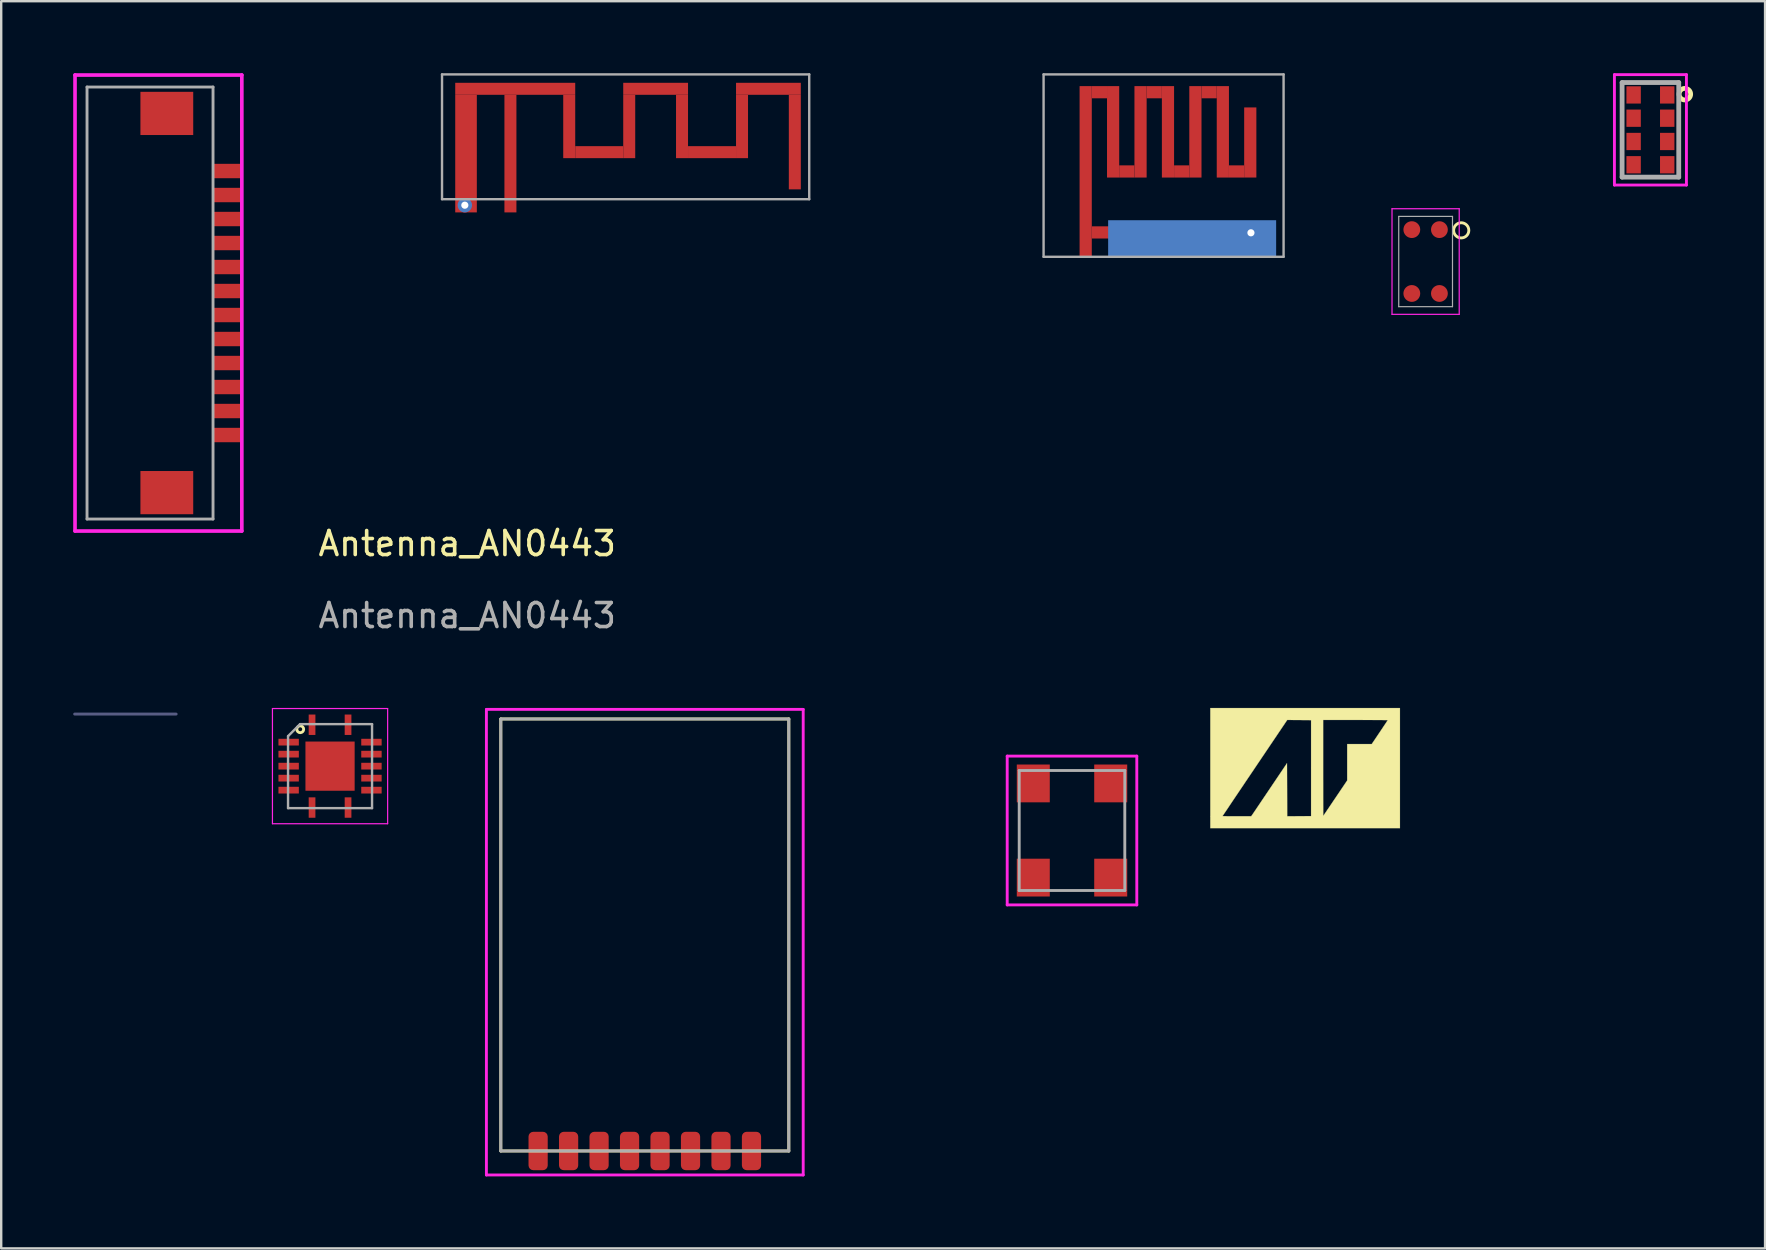
<source format=kicad_pcb>
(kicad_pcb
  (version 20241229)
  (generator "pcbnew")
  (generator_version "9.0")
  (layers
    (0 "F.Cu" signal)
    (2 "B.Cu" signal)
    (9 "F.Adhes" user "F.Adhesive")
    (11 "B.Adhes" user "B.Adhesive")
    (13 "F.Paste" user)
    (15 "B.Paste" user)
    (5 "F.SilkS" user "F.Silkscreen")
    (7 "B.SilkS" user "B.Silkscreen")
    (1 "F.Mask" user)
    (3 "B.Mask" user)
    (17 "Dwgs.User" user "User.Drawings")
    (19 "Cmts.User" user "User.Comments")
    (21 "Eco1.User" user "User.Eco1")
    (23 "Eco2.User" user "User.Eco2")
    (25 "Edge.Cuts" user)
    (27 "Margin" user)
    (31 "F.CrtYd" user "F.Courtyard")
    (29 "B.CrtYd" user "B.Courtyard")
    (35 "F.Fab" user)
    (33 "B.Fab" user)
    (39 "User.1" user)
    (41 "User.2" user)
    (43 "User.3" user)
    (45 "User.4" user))
  (footprint "BUCK_DRIVER_TPS51117RGYR"
    (layer "F.Cu")
    (at 10.702 28.873)
    (property "Reference" "BUCK_DRIVER_TPS51117RGYR" (at 0.051 -1.029 0) (layer "Eco2.User") (effects (font (size 0.3 0.3) (thickness 0.075))))
    (attr smd)
    (fp_circle (center -1.242 -1.537) (end -1.229 -1.679) (stroke (width 0.12) (type solid)) (fill no) (layer "F.SilkS"))
    (fp_line (start -2.4 -2.4) (end 2.4 -2.4) (stroke (width 0.05) (type solid)) (layer "F.CrtYd"))
    (fp_line (start -2.4 2.4) (end -2.4 -2.4) (stroke (width 0.05) (type solid)) (layer "F.CrtYd"))
    (fp_line (start 2.4 -2.4) (end 2.4 2.4) (stroke (width 0.05) (type solid)) (layer "F.CrtYd"))
    (fp_line (start 2.4 2.4) (end -2.4 2.4) (stroke (width 0.05) (type solid)) (layer "F.CrtYd"))
    (fp_line (start -1.75 1.75) (end -1.75 -1.25) (stroke (width 0.1) (type solid)) (layer "F.Fab"))
    (fp_line (start -1.25 -1.75) (end -1.75 -1.25) (stroke (width 0.1) (type solid)) (layer "F.Fab"))
    (fp_line (start -1.25 -1.75) (end 1.75 -1.75) (stroke (width 0.1) (type solid)) (layer "F.Fab"))
    (fp_line (start 1.75 -1.75) (end 1.75 1.75) (stroke (width 0.1) (type solid)) (layer "F.Fab"))
    (fp_line (start 1.75 1.75) (end -1.75 1.75) (stroke (width 0.1) (type solid)) (layer "F.Fab"))
    (pad "" smd rect (at -0.56 -0.56 270) (size 0.82 0.82) (layers "F.Paste"))
    (pad "" smd rect (at -0.56 0.56 270) (size 0.82 0.82) (layers "F.Paste"))
    (pad "" smd rect (at 0.56 -0.56 270) (size 0.82 0.82) (layers "F.Paste"))
    (pad "" smd rect (at 0.56 0.56 270) (size 0.82 0.82) (layers "F.Paste"))
    (pad "1" smd rect (at -0.75 -1.725 270) (size 0.85 0.28) (layers "F.Cu" "F.Mask" "F.Paste"))
    (pad "2" smd rect (at -1.725 -1 270) (size 0.28 0.85) (layers "F.Cu" "F.Mask" "F.Paste"))
    (pad "3" smd rect (at -1.725 -0.5 270) (size 0.28 0.85) (layers "F.Cu" "F.Mask" "F.Paste"))
    (pad "4" smd rect (at -1.725 0 270) (size 0.28 0.85) (layers "F.Cu" "F.Mask" "F.Paste"))
    (pad "5" smd rect (at -1.725 0.5 270) (size 0.28 0.85) (layers "F.Cu" "F.Mask" "F.Paste"))
    (pad "6" smd rect (at -1.725 1 270) (size 0.28 0.85) (layers "F.Cu" "F.Mask" "F.Paste"))
    (pad "7" smd rect (at -0.75 1.725 270) (size 0.85 0.28) (layers "F.Cu" "F.Mask" "F.Paste"))
    (pad "8" smd rect (at 0.75 1.725 270) (size 0.85 0.28) (layers "F.Cu" "F.Mask" "F.Paste"))
    (pad "9" smd rect (at 1.725 1 270) (size 0.28 0.85) (layers "F.Cu" "F.Mask" "F.Paste"))
    (pad "10" smd rect (at 1.725 0.5 270) (size 0.28 0.85) (layers "F.Cu" "F.Mask" "F.Paste"))
    (pad "11" smd rect (at 1.725 0 270) (size 0.28 0.85) (layers "F.Cu" "F.Mask" "F.Paste"))
    (pad "12" smd rect (at 1.725 -0.5 270) (size 0.28 0.85) (layers "F.Cu" "F.Mask" "F.Paste"))
    (pad "13" smd rect (at 1.725 -1 270) (size 0.28 0.85) (layers "F.Cu" "F.Mask" "F.Paste"))
    (pad "14" smd rect (at 0.75 -1.725 270) (size 0.85 0.28) (layers "F.Cu" "F.Mask" "F.Paste"))
    (pad "15" smd rect (at 0 0 270) (size 2.05 2.05) (layers "F.Cu" "F.Mask")))
  (footprint "AFA01-S12FCA-00"
    (layer "F.Cu")
    (at 3.926 9.576)
    (property "Reference" "AFA01-S12FCA-00" (at -0.013 0.089 180) (layer "Eco2.User") (effects (font (size 0.3 0.3) (thickness 0.075))))
    (attr smd)
    (fp_line (start -3.85 -9.5) (end -3.85 9.5) (stroke (width 0.152) (type solid)) (layer "F.CrtYd"))
    (fp_line (start -3.85 9.5) (end 3.1 9.5) (stroke (width 0.152) (type solid)) (layer "F.CrtYd"))
    (fp_line (start 3.1 -9.5) (end -3.85 -9.5) (stroke (width 0.152) (type solid)) (layer "F.CrtYd"))
    (fp_line (start 3.1 9.5) (end 3.1 -9.5) (stroke (width 0.152) (type solid)) (layer "F.CrtYd"))
    (fp_line (start -3.35 -9) (end 1.9 -9) (stroke (width 0.12) (type solid)) (layer "F.Fab"))
    (fp_line (start -3.35 9) (end -3.35 -9) (stroke (width 0.12) (type solid)) (layer "F.Fab"))
    (fp_line (start 1.9 -9) (end 1.9 9) (stroke (width 0.12) (type solid)) (layer "F.Fab"))
    (fp_line (start 1.9 9) (end -3.35 9) (stroke (width 0.12) (type solid)) (layer "F.Fab"))
    (pad "1" smd rect (at 2.5 -5.5) (size 1.25 0.6) (layers "F.Cu" "F.Mask" "F.Paste"))
    (pad "2" smd rect (at 2.502 -4.5) (size 1.25 0.6) (layers "F.Cu" "F.Mask" "F.Paste"))
    (pad "3" smd rect (at 2.5 -3.5) (size 1.25 0.6) (layers "F.Cu" "F.Mask" "F.Paste"))
    (pad "4" smd rect (at 2.5 -2.5) (size 1.25 0.6) (layers "F.Cu" "F.Mask" "F.Paste"))
    (pad "5" smd rect (at 2.5 -1.5) (size 1.25 0.6) (layers "F.Cu" "F.Mask" "F.Paste"))
    (pad "6" smd rect (at 2.5 -0.5) (size 1.25 0.6) (layers "F.Cu" "F.Mask" "F.Paste"))
    (pad "7" smd rect (at 2.5 0.5) (size 1.25 0.6) (layers "F.Cu" "F.Mask" "F.Paste"))
    (pad "8" smd rect (at 2.5 1.5) (size 1.25 0.6) (layers "F.Cu" "F.Mask" "F.Paste"))
    (pad "9" smd rect (at -0.025 7.9 90) (size 1.8 2.2) (layers "F.Cu" "F.Mask" "F.Paste"))
    (pad "9" smd rect (at 2.5 2.5) (size 1.25 0.6) (layers "F.Cu" "F.Mask" "F.Paste"))
    (pad "10" smd rect (at -0.025 -7.9 90) (size 1.8 2.2) (layers "F.Cu" "F.Mask" "F.Paste"))
    (pad "10" smd rect (at 2.5 3.5) (size 1.25 0.6) (layers "F.Cu" "F.Mask" "F.Paste"))
    (pad "11" smd rect (at 2.5 4.5) (size 1.25 0.6) (layers "F.Cu" "F.Mask" "F.Paste"))
    (pad "12" smd rect (at 2.5 5.5) (size 1.25 0.6) (layers "F.Cu" "F.Mask" "F.Paste")))
  (footprint "Castellated_WirelessModule"
    (layer "F.Cu")
    (at 23.817 44.908)
    (property "Reference" "Castellated_WirelessModule" (at 0 -2 0) (layer "Eco2.User") (effects (font (size 0.3 0.3) (thickness 0.075))))
    (attr through_hole)
    (fp_line (start -6 -18) (end -6 0) (stroke (width 0.12) (type solid)) (layer "F.SilkS"))
    (fp_line (start -6 0) (end 6 0) (stroke (width 0.12) (type solid)) (layer "F.SilkS"))
    (fp_line (start 6 -18) (end -6 -18) (stroke (width 0.12) (type solid)) (layer "F.SilkS"))
    (fp_line (start 6 0) (end 6 -18) (stroke (width 0.12) (type solid)) (layer "F.SilkS"))
    (fp_line (start -6.6 -18.4) (end -6.6 1) (stroke (width 0.12) (type solid)) (layer "F.CrtYd"))
    (fp_line (start -6.6 1) (end 6.6 1) (stroke (width 0.12) (type solid)) (layer "F.CrtYd"))
    (fp_line (start 6.6 -18.4) (end -6.6 -18.4) (stroke (width 0.12) (type solid)) (layer "F.CrtYd"))
    (fp_line (start 6.6 1) (end 6.6 -18.4) (stroke (width 0.12) (type solid)) (layer "F.CrtYd"))
    (fp_line (start -6 -18) (end -6 0) (stroke (width 0.12) (type solid)) (layer "F.Fab"))
    (fp_line (start -6 0) (end 6 0) (stroke (width 0.12) (type solid)) (layer "F.Fab"))
    (fp_line (start 6 -18) (end -6 -18) (stroke (width 0.12) (type solid)) (layer "F.Fab"))
    (fp_line (start 6 0) (end 6 -18) (stroke (width 0.12) (type solid)) (layer "F.Fab"))
    (pad "1" smd roundrect (at -4.445 0) (size 0.8 1.6) (layers "F.Cu" "F.Mask" "F.Paste") (roundrect_rratio 0.25))
    (pad "2" smd roundrect (at -3.175 0) (size 0.8 1.6) (layers "F.Cu" "F.Mask" "F.Paste") (roundrect_rratio 0.25))
    (pad "3" smd roundrect (at -1.905 0) (size 0.8 1.6) (layers "F.Cu" "F.Mask" "F.Paste") (roundrect_rratio 0.25))
    (pad "4" smd roundrect (at -0.635 0) (size 0.8 1.6) (layers "F.Cu" "F.Mask" "F.Paste") (roundrect_rratio 0.25))
    (pad "5" smd roundrect (at 0.635 0) (size 0.8 1.6) (layers "F.Cu" "F.Mask" "F.Paste") (roundrect_rratio 0.25))
    (pad "6" smd roundrect (at 1.905 0) (size 0.8 1.6) (layers "F.Cu" "F.Mask" "F.Paste") (roundrect_rratio 0.25))
    (pad "7" smd roundrect (at 3.175 0) (size 0.8 1.6) (layers "F.Cu" "F.Mask" "F.Paste") (roundrect_rratio 0.25))
    (pad "8" smd roundrect (at 4.445 0) (size 0.8 1.6) (layers "F.Cu" "F.Mask" "F.Paste") (roundrect_rratio 0.25)))
  (footprint "AP3722AT"
    (layer "F.Cu")
    (at 56.351 7.848)
    (property "Reference" "AP3722AT" (at 0.9 -7 0) (unlocked yes) (layer "Eco1.User") (effects (font (size 1 1) (thickness 0.15))))
    (attr smd)
    (fp_circle (center 1.484 -1.3) (end 1.384 -1) (stroke (width 0.12) (type solid)) (fill no) (layer "F.SilkS"))
    (fp_line (start -1.4 -2.2) (end 1.4 -2.2) (stroke (width 0.05) (type solid)) (layer "F.CrtYd"))
    (fp_line (start -1.4 2.2) (end -1.4 -2.2) (stroke (width 0.05) (type solid)) (layer "F.CrtYd"))
    (fp_line (start 1.4 -2.2) (end 1.4 2.2) (stroke (width 0.05) (type solid)) (layer "F.CrtYd"))
    (fp_line (start 1.4 2.2) (end -1.4 2.2) (stroke (width 0.05) (type solid)) (layer "F.CrtYd"))
    (fp_line (start -1.12 -1.88) (end 1.12 -1.88) (stroke (width 0.05) (type solid)) (layer "F.Fab"))
    (fp_line (start -1.12 1.88) (end -1.12 -1.88) (stroke (width 0.05) (type solid)) (layer "F.Fab"))
    (fp_line (start 1.12 -1.88) (end 1.12 1.88) (stroke (width 0.05) (type solid)) (layer "F.Fab"))
    (fp_line (start 1.12 1.88) (end -1.12 1.88) (stroke (width 0.05) (type solid)) (layer "F.Fab"))
    (fp_text user "${REFERENCE}" (at 0.9 -4 0) (unlocked yes) (layer "Eco2.User") (effects (font (size 1 1) (thickness 0.15))))
    (pad "1" smd circle (at 0.575 -1.33) (size 0.7 0.7) (layers "F.Cu" "F.Mask" "F.Paste"))
    (pad "2" smd circle (at 0.575 1.33) (size 0.7 0.7) (layers "F.Cu" "F.Mask" "F.Paste"))
    (pad "3" smd circle (at -0.575 1.33) (size 0.7 0.7) (layers "F.Cu" "F.Mask" "F.Paste"))
    (pad "4" smd circle (at -0.575 -1.33) (size 0.7 0.7) (layers "F.Cu" "F.Mask" "F.Paste")))
  (footprint "BoardText"
    (layer "F.Cu")
    (at 2.283 26.698)
    (property "Reference" "BoardText" (at 0.173 0.594 0) (layer "Eco2.User") (effects (font (size 0.3 0.3) (thickness 0.075))))
    (attr through_hole)
    (fp_line (start -2.223 0.005) (end 2.007 0.005) (stroke (width 0.12) (type solid)) (layer "B.Fab")))
  (footprint "APDS-9950"
    (layer "F.Cu")
    (at 65.718 2.36)
    (property "Reference" "APDS-9950" (at -0.288 -0.035 0) (layer "Eco2.User") (effects (font (size 0.3 0.3) (thickness 0.075))))
    (attr smd)
    (fp_circle (center 1.435 -1.486) (end 1.445 -1.245) (stroke (width 0.2) (type solid)) (fill no) (layer "F.SilkS"))
    (fp_line (start -1.5 -2.3) (end 1.5 -2.3) (stroke (width 0.12) (type solid)) (layer "F.CrtYd"))
    (fp_line (start -1.5 2.3) (end -1.5 -2.3) (stroke (width 0.12) (type solid)) (layer "F.CrtYd"))
    (fp_line (start 1.5 -2.3) (end 1.5 2.3) (stroke (width 0.12) (type solid)) (layer "F.CrtYd"))
    (fp_line (start 1.5 2.3) (end -1.5 2.3) (stroke (width 0.12) (type solid)) (layer "F.CrtYd"))
    (fp_line (start -1.18 -1.97) (end 1.18 -1.97) (stroke (width 0.2) (type solid)) (layer "F.Fab"))
    (fp_line (start -1.18 1.97) (end -1.18 -1.97) (stroke (width 0.2) (type solid)) (layer "F.Fab"))
    (fp_line (start 1.18 -1.97) (end 1.18 1.97) (stroke (width 0.2) (type solid)) (layer "F.Fab"))
    (fp_line (start 1.18 1.97) (end -1.18 1.97) (stroke (width 0.2) (type solid)) (layer "F.Fab"))
    (pad "1" smd rect (at 0.7 -1.455) (size 0.6 0.72) (layers "F.Cu" "F.Mask" "F.Paste"))
    (pad "2" smd rect (at 0.7 -0.485) (size 0.6 0.72) (layers "F.Cu" "F.Mask" "F.Paste"))
    (pad "3" smd rect (at 0.7 0.485) (size 0.6 0.72) (layers "F.Cu" "F.Mask" "F.Paste"))
    (pad "4" smd rect (at 0.7 1.455) (size 0.6 0.72) (layers "F.Cu" "F.Mask" "F.Paste"))
    (pad "5" smd rect (at -0.7 1.455) (size 0.6 0.72) (layers "F.Cu" "F.Mask" "F.Paste"))
    (pad "6" smd rect (at -0.7 0.485) (size 0.6 0.72) (layers "F.Cu" "F.Mask" "F.Paste"))
    (pad "7" smd rect (at -0.7 -0.485) (size 0.6 0.72) (layers "F.Cu" "F.Mask" "F.Paste"))
    (pad "8" smd rect (at -0.7 -1.455) (size 0.6 0.72) (layers "F.Cu" "F.Mask" "F.Paste")))
  (footprint "Antenna_AN0443"
    (layer "F.Cu")
    (at 15.918 5.8)
    (property "Reference" "Antenna_AN0443" (at 0.5 13.8 0) (unlocked yes) (layer "F.SilkS") (effects (font (size 1 1) (thickness 0.15))))
    (attr smd)
    (fp_line (start -0.55 -5.75) (end 14.75 -5.75) (stroke (width 0.1) (type solid)) (layer "F.Fab"))
    (fp_line (start -0.55 -0.55) (end -0.55 -5.75) (stroke (width 0.1) (type solid)) (layer "F.Fab"))
    (fp_line (start -0.55 -0.55) (end 14.75 -0.55) (stroke (width 0.1) (type solid)) (layer "F.Fab"))
    (fp_line (start 14.75 -5.75) (end 14.75 -0.55) (stroke (width 0.1) (type solid)) (layer "F.Fab"))
    (fp_text user "${REFERENCE}" (at 0.5 16.8 0) (unlocked yes) (layer "F.Fab") (effects (font (size 1 1) (thickness 0.15))))
    (pad "1" smd rect (at 2.3 -2.45 180) (size 0.5 4.9) (layers "F.Cu" "F.Mask" "F.Paste"))
    (pad "1" smd rect (at 2.5 -5.15 90) (size 0.5 5) (layers "F.Cu" "F.Mask" "F.Paste"))
    (pad "1" smd rect (at 4.75 -3.58 180) (size 0.5 2.64) (layers "F.Cu" "F.Mask" "F.Paste"))
    (pad "1" smd rect (at 6 -2.51 270) (size 0.5 2) (layers "F.Cu" "F.Mask" "F.Paste"))
    (pad "1" smd rect (at 7.25 -3.58 180) (size 0.5 2.64) (layers "F.Cu" "F.Mask" "F.Paste"))
    (pad "1" smd rect (at 8.35 -5.15 270) (size 0.5 2.7) (layers "F.Cu" "F.Mask" "F.Paste"))
    (pad "1" smd rect (at 9.45 -3.58 180) (size 0.5 2.64) (layers "F.Cu" "F.Mask" "F.Paste"))
    (pad "1" smd rect (at 10.7 -2.51 270) (size 0.5 2) (layers "F.Cu" "F.Mask" "F.Paste"))
    (pad "1" smd rect (at 11.95 -3.58 180) (size 0.5 2.64) (layers "F.Cu" "F.Mask" "F.Paste"))
    (pad "1" smd rect (at 13.05 -5.15 270) (size 0.5 2.7) (layers "F.Cu" "F.Mask" "F.Paste"))
    (pad "1" smd rect (at 14.15 -2.93 180) (size 0.5 3.94) (layers "F.Cu" "F.Mask" "F.Paste"))
    (pad "2" thru_hole circle (at 0.4 -0.3 180) (size 0.6 0.6) (drill 0.3) (layers "*.Cu" "*.Mask"))
    (pad "2" smd rect (at 0.45 -2.45) (size 0.9 4.9) (layers "F.Cu" "F.Mask" "F.Paste")))
  (footprint "CompanyIcon"
    (layer "F.Cu")
    (at 51.331 28.955)
    (property "Reference" "CompanyIcon" (at 0 3.81 0) (layer "Eco2.User") (effects (font (size 0.3 0.3) (thickness 0.075))))
    (attr through_hole)
    (fp_poly (pts (xy 3.95 2.502) (xy -3.95 2.502) (xy -3.95 2) (xy -3.442 2) (xy -3.442 2) (xy -3.429 2.001) (xy -3.394 2.002) (xy -3.339 2.004) (xy -3.265 2.005) (xy -3.176 2.005) (xy -3.074 2.006) (xy -2.961 2.006) (xy -2.845 2.007) (xy -2.248 2.007) (xy -2.213 1.958) (xy -2.201 1.94) (xy -2.176 1.904) (xy -2.139 1.849) (xy -2.09 1.777) (xy -2.032 1.691) (xy -1.964 1.59) (xy -1.888 1.478) (xy -1.806 1.355) (xy -1.717 1.223) (xy -1.623 1.084) (xy -1.525 0.938) (xy -1.467 0.852) (xy -0.756 -0.204) (xy -0.752 0.902) (xy -0.749 2.007) (xy -0.251 2.004) (xy 0.248 2) (xy 0.248 -2) (xy -0.249 -2.004) (xy -0.703 -2.007) (xy 0.749 -2.007) (xy 0.749 -0.004) (xy 0.749 0.219) (xy 0.749 0.435) (xy 0.75 0.643) (xy 0.75 0.841) (xy 0.75 1.028) (xy 0.75 1.203) (xy 0.751 1.364) (xy 0.751 1.509) (xy 0.752 1.638) (xy 0.752 1.749) (xy 0.752 1.841) (xy 0.753 1.913) (xy 0.754 1.962) (xy 0.754 1.989) (xy 0.754 1.993) (xy 0.762 1.982) (xy 0.783 1.951) (xy 0.816 1.903) (xy 0.859 1.839) (xy 0.912 1.76) (xy 0.974 1.67) (xy 1.042 1.568) (xy 1.117 1.457) (xy 1.197 1.338) (xy 1.256 1.251) (xy 1.753 0.514) (xy 1.753 -1.003) (xy 2.264 -1.003) (xy 2.776 -1.003) (xy 3.109 -1.498) (xy 3.176 -1.598) (xy 3.239 -1.692) (xy 3.295 -1.777) (xy 3.345 -1.851) (xy 3.386 -1.913) (xy 3.416 -1.959) (xy 3.435 -1.989) (xy 3.442 -2) (xy 3.429 -2.001) (xy 3.393 -2.002) (xy 3.335 -2.002) (xy 3.256 -2.003) (xy 3.159 -2.004) (xy 3.044 -2.005) (xy 2.914 -2.005) (xy 2.77 -2.006) (xy 2.614 -2.006) (xy 2.447 -2.006) (xy 2.271 -2.007) (xy 2.095 -2.007) (xy 0.749 -2.007) (xy -0.703 -2.007) (xy -0.746 -2.007) (xy -2.094 -0.007) (xy -2.231 0.197) (xy -2.365 0.395) (xy -2.494 0.586) (xy -2.617 0.77) (xy -2.735 0.945) (xy -2.846 1.11) (xy -2.95 1.264) (xy -3.046 1.407) (xy -3.133 1.537) (xy -3.21 1.653) (xy -3.278 1.754) (xy -3.335 1.839) (xy -3.381 1.907) (xy -3.414 1.957) (xy -3.435 1.988) (xy -3.442 2) (xy -3.95 2) (xy -3.95 -2.502) (xy 3.95 -2.502) (xy 3.95 2.502)) (stroke (width 0.01) (type solid)) (fill yes) (layer "F.SilkS")))
  (footprint "Choke_5045"
    (layer "F.Cu")
    (at 41.617 31.555)
    (property "Reference" "Choke_5045" (at -6.7 -4.8 180) (layer "Eco2.User") (effects (font (size 0.3 0.3) (thickness 0.075))))
    (attr smd)
    (fp_line (start -2.7 -3.1) (end 2.7 -3.1) (stroke (width 0.12) (type solid)) (layer "F.CrtYd"))
    (fp_line (start -2.7 3.1) (end -2.7 -3.1) (stroke (width 0.12) (type solid)) (layer "F.CrtYd"))
    (fp_line (start 2.7 -3.1) (end 2.7 3.1) (stroke (width 0.12) (type solid)) (layer "F.CrtYd"))
    (fp_line (start 2.7 3.1) (end -2.7 3.1) (stroke (width 0.12) (type solid)) (layer "F.CrtYd"))
    (fp_line (start -2.2 -2.5) (end 2.2 -2.5) (stroke (width 0.12) (type solid)) (layer "F.Fab"))
    (fp_line (start -2.2 2.5) (end -2.2 -2.5) (stroke (width 0.12) (type solid)) (layer "F.Fab"))
    (fp_line (start 2.2 -2.5) (end 2.2 2.5) (stroke (width 0.12) (type solid)) (layer "F.Fab"))
    (fp_line (start 2.2 2.5) (end -2.2 2.5) (stroke (width 0.12) (type solid)) (layer "F.Fab"))
    (pad "1" smd rect (at -1.613 -1.962) (size 1.375 1.575) (layers "F.Cu" "F.Mask" "F.Paste"))
    (pad "2" smd rect (at 1.613 -1.962) (size 1.375 1.575) (layers "F.Cu" "F.Mask" "F.Paste"))
    (pad "3" smd rect (at 1.613 1.962) (size 1.375 1.575) (layers "F.Cu" "F.Mask" "F.Paste"))
    (pad "4" smd rect (at -1.613 1.962) (size 1.375 1.575) (layers "F.Cu" "F.Mask" "F.Paste")))
  (footprint "Antenna_cypress_MIFA"
    (layer "F.Cu")
    (at 41.933 7.65)
    (property "Reference" "Antenna_cypress_MIFA" (at 0.1 1.6 0) (unlocked yes) (layer "Eco1.User") (effects (font (size 1 1) (thickness 0.15))))
    (attr smd)
    (fp_line (start -1.5 -7.6) (end -1.5 0) (stroke (width 0.1) (type solid)) (layer "F.Fab"))
    (fp_line (start -1.5 0) (end 8.5 0) (stroke (width 0.1) (type solid)) (layer "F.Fab"))
    (fp_line (start 8.5 -7.6) (end -1.5 -7.6) (stroke (width 0.1) (type solid)) (layer "F.Fab"))
    (fp_line (start 8.5 0) (end 8.5 -7.6) (stroke (width 0.1) (type solid)) (layer "F.Fab"))
    (fp_text user "${REFERENCE}" (at 0.1 4.6 0) (unlocked yes) (layer "Eco1.User") (effects (font (size 1 1) (thickness 0.15))))
    (pad "1" smd rect (at 0.254 -3.556 90) (size 7.112 0.508) (layers "F.Cu" "F.Mask"))
    (pad "1" smd rect (at 0.826 -6.858 180) (size 0.635 0.508) (layers "F.Cu" "F.Mask"))
    (pad "1" smd rect (at 1.397 -5.207 270) (size 3.81 0.508) (layers "F.Cu" "F.Mask"))
    (pad "1" smd rect (at 1.968 -3.556 180) (size 0.635 0.508) (layers "F.Cu" "F.Mask"))
    (pad "1" smd rect (at 2.54 -5.207 270) (size 3.81 0.508) (layers "F.Cu" "F.Mask"))
    (pad "1" smd rect (at 3.111 -6.858 180) (size 0.635 0.508) (layers "F.Cu" "F.Mask"))
    (pad "1" smd rect (at 3.683 -5.207 270) (size 3.81 0.508) (layers "F.Cu" "F.Mask"))
    (pad "1" smd rect (at 3.975 -1.016 180) (size 6.934 0.508) (layers "F.Cu" "F.Mask"))
    (pad "1" smd rect (at 4.255 -3.556 180) (size 0.635 0.508) (layers "F.Cu" "F.Mask"))
    (pad "1" smd rect (at 4.826 -5.207 270) (size 3.81 0.508) (layers "F.Cu" "F.Mask"))
    (pad "1" smd rect (at 5.397 -6.858 180) (size 0.635 0.508) (layers "F.Cu" "F.Mask"))
    (pad "1" smd rect (at 5.969 -5.207 270) (size 3.81 0.508) (layers "F.Cu" "F.Mask"))
    (pad "1" smd rect (at 6.54 -3.556 180) (size 0.635 0.508) (layers "F.Cu" "F.Mask"))
    (pad "1" smd rect (at 7.112 -4.763 270) (size 2.921 0.508) (layers "F.Cu" "F.Mask"))
    (pad "2" smd rect (at 4.69 -0.762) (size 7 1.524) (layers "B.Cu"))
    (pad "2" thru_hole circle (at 7.14 -1 270) (size 0.6 0.6) (drill 0.3) (layers "*.Cu" "*.Mask")))
  (gr_rect
    (start -3 -3)
    (end 70.495 48.968)
    (stroke (width 0.1) (type default))
    (fill no)
    (layer "Edge.Cuts")))
</source>
